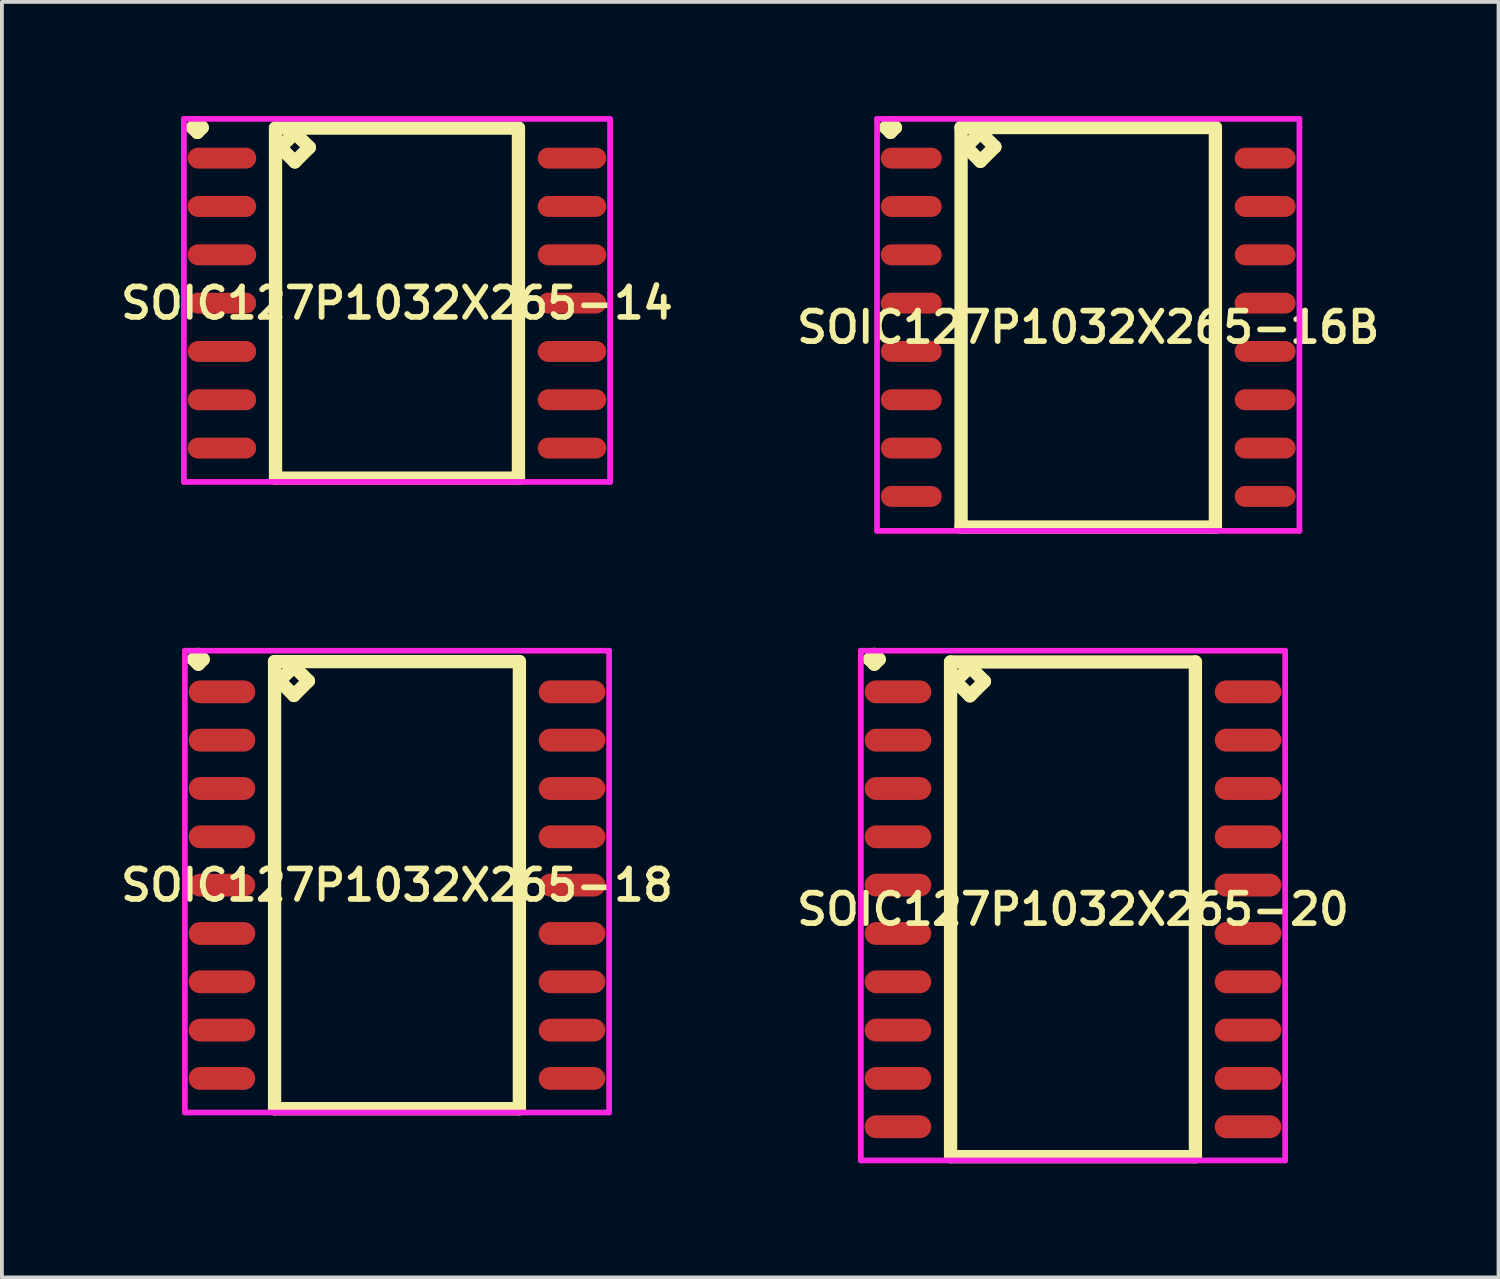
<source format=kicad_pcb>
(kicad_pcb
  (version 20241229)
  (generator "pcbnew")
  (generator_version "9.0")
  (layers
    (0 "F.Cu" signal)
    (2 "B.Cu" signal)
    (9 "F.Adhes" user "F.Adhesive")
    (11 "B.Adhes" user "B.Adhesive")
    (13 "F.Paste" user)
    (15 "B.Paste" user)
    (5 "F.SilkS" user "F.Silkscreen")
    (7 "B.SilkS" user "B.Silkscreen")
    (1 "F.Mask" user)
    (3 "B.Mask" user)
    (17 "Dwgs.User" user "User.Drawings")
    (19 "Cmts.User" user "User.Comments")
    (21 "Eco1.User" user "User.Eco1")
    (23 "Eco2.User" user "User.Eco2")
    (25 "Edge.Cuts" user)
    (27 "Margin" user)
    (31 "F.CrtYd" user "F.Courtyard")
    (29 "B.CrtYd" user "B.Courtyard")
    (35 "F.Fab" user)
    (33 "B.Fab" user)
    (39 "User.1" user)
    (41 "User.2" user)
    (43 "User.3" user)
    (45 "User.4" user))
  (footprint "SOIC127P1032X265-14"
    (layer "F.Cu")
    (at 7.383 4.916)
    (property "Reference" "SOIC127P1032X265-14" (at 0 0 0) (layer "F.SilkS") (effects (font (size 0.8 0.8) (thickness 0.15))))
    (attr smd)
    (fp_line (start -5.373 -4.614) (end -5.246 -4.741) (stroke (width 0.35) (type solid)) (layer "F.SilkS"))
    (fp_line (start -5.246 -4.741) (end -5.119 -4.614) (stroke (width 0.35) (type solid)) (layer "F.SilkS"))
    (fp_line (start -5.246 -4.487) (end -5.373 -4.614) (stroke (width 0.35) (type solid)) (layer "F.SilkS"))
    (fp_line (start -5.119 -4.614) (end -5.246 -4.487) (stroke (width 0.35) (type solid)) (layer "F.SilkS"))
    (fp_line (start -3.192 -4.6) (end -3.192 4.6) (stroke (width 0.35) (type solid)) (layer "F.SilkS"))
    (fp_line (start -3.192 4.6) (end 3.192 4.6) (stroke (width 0.35) (type solid)) (layer "F.SilkS"))
    (fp_line (start -3.065 -4.092) (end -2.684 -4.473) (stroke (width 0.35) (type solid)) (layer "F.SilkS"))
    (fp_line (start -2.684 -4.473) (end -2.303 -4.092) (stroke (width 0.35) (type solid)) (layer "F.SilkS"))
    (fp_line (start -2.684 -3.711) (end -3.065 -4.092) (stroke (width 0.35) (type solid)) (layer "F.SilkS"))
    (fp_line (start -2.303 -4.092) (end -2.684 -3.711) (stroke (width 0.35) (type solid)) (layer "F.SilkS"))
    (fp_line (start 3.192 -4.6) (end -3.192 -4.6) (stroke (width 0.35) (type solid)) (layer "F.SilkS"))
    (fp_line (start 3.192 4.6) (end 3.192 -4.6) (stroke (width 0.35) (type solid)) (layer "F.SilkS"))
    (fp_line (start -5.6 -4.841) (end 5.6 -4.841) (stroke (width 0.15) (type solid)) (layer "F.CrtYd"))
    (fp_line (start -5.6 4.7) (end -5.6 -4.841) (stroke (width 0.15) (type solid)) (layer "F.CrtYd"))
    (fp_line (start 5.6 -4.841) (end 5.6 4.7) (stroke (width 0.15) (type solid)) (layer "F.CrtYd"))
    (fp_line (start 5.6 4.7) (end -5.6 4.7) (stroke (width 0.15) (type solid)) (layer "F.CrtYd"))
    (pad "1" smd oval (at -4.6 -3.81) (size 1.8 0.55) (layers "F.Cu" "F.Mask" "F.Paste"))
    (pad "2" smd oval (at -4.6 -2.54) (size 1.8 0.55) (layers "F.Cu" "F.Mask" "F.Paste"))
    (pad "3" smd oval (at -4.6 -1.27) (size 1.8 0.55) (layers "F.Cu" "F.Mask" "F.Paste"))
    (pad "4" smd oval (at -4.6 0) (size 1.8 0.55) (layers "F.Cu" "F.Mask" "F.Paste"))
    (pad "5" smd oval (at -4.6 1.27) (size 1.8 0.55) (layers "F.Cu" "F.Mask" "F.Paste"))
    (pad "6" smd oval (at -4.6 2.54) (size 1.8 0.55) (layers "F.Cu" "F.Mask" "F.Paste"))
    (pad "7" smd oval (at -4.6 3.81) (size 1.8 0.55) (layers "F.Cu" "F.Mask" "F.Paste"))
    (pad "8" smd oval (at 4.6 3.81) (size 1.8 0.55) (layers "F.Cu" "F.Mask" "F.Paste"))
    (pad "9" smd oval (at 4.6 2.54) (size 1.8 0.55) (layers "F.Cu" "F.Mask" "F.Paste"))
    (pad "10" smd oval (at 4.6 1.27) (size 1.8 0.55) (layers "F.Cu" "F.Mask" "F.Paste"))
    (pad "11" smd oval (at 4.6 0) (size 1.8 0.55) (layers "F.Cu" "F.Mask" "F.Paste"))
    (pad "12" smd oval (at 4.6 -1.27) (size 1.8 0.55) (layers "F.Cu" "F.Mask" "F.Paste"))
    (pad "13" smd oval (at 4.6 -2.54) (size 1.8 0.55) (layers "F.Cu" "F.Mask" "F.Paste"))
    (pad "14" smd oval (at 4.6 -3.81) (size 1.8 0.55) (layers "F.Cu" "F.Mask" "F.Paste")))
  (footprint "SOIC127P1032X265-20"
    (layer "F.Cu")
    (at 25.149 20.847)
    (property "Reference" "SOIC127P1032X265-20" (at 0 0 0) (layer "F.SilkS") (effects (font (size 0.8 0.8) (thickness 0.15))))
    (attr smd)
    (fp_line (start -5.348 -6.569) (end -5.221 -6.696) (stroke (width 0.35) (type solid)) (layer "F.SilkS"))
    (fp_line (start -5.221 -6.696) (end -5.094 -6.569) (stroke (width 0.35) (type solid)) (layer "F.SilkS"))
    (fp_line (start -5.221 -6.442) (end -5.348 -6.569) (stroke (width 0.35) (type solid)) (layer "F.SilkS"))
    (fp_line (start -5.094 -6.569) (end -5.221 -6.442) (stroke (width 0.35) (type solid)) (layer "F.SilkS"))
    (fp_line (start -3.217 -6.5) (end -3.217 6.5) (stroke (width 0.35) (type solid)) (layer "F.SilkS"))
    (fp_line (start -3.217 6.5) (end 3.217 6.5) (stroke (width 0.35) (type solid)) (layer "F.SilkS"))
    (fp_line (start -3.09 -5.992) (end -2.709 -6.373) (stroke (width 0.35) (type solid)) (layer "F.SilkS"))
    (fp_line (start -2.709 -6.373) (end -2.328 -5.992) (stroke (width 0.35) (type solid)) (layer "F.SilkS"))
    (fp_line (start -2.709 -5.611) (end -3.09 -5.992) (stroke (width 0.35) (type solid)) (layer "F.SilkS"))
    (fp_line (start -2.328 -5.992) (end -2.709 -5.611) (stroke (width 0.35) (type solid)) (layer "F.SilkS"))
    (fp_line (start 3.217 -6.5) (end -3.217 -6.5) (stroke (width 0.35) (type solid)) (layer "F.SilkS"))
    (fp_line (start 3.217 6.5) (end 3.217 -6.5) (stroke (width 0.35) (type solid)) (layer "F.SilkS"))
    (fp_line (start -5.575 -6.796) (end 5.575 -6.796) (stroke (width 0.15) (type solid)) (layer "F.CrtYd"))
    (fp_line (start -5.575 6.6) (end -5.575 -6.796) (stroke (width 0.15) (type solid)) (layer "F.CrtYd"))
    (fp_line (start 5.575 -6.796) (end 5.575 6.6) (stroke (width 0.15) (type solid)) (layer "F.CrtYd"))
    (fp_line (start 5.575 6.6) (end -5.575 6.6) (stroke (width 0.15) (type solid)) (layer "F.CrtYd"))
    (pad "1" smd oval (at -4.6 -5.715) (size 1.75 0.6) (layers "F.Cu" "F.Mask" "F.Paste"))
    (pad "2" smd oval (at -4.6 -4.445) (size 1.75 0.6) (layers "F.Cu" "F.Mask" "F.Paste"))
    (pad "3" smd oval (at -4.6 -3.175) (size 1.75 0.6) (layers "F.Cu" "F.Mask" "F.Paste"))
    (pad "4" smd oval (at -4.6 -1.905) (size 1.75 0.6) (layers "F.Cu" "F.Mask" "F.Paste"))
    (pad "5" smd oval (at -4.6 -0.635) (size 1.75 0.6) (layers "F.Cu" "F.Mask" "F.Paste"))
    (pad "6" smd oval (at -4.6 0.635) (size 1.75 0.6) (layers "F.Cu" "F.Mask" "F.Paste"))
    (pad "7" smd oval (at -4.6 1.905) (size 1.75 0.6) (layers "F.Cu" "F.Mask" "F.Paste"))
    (pad "8" smd oval (at -4.6 3.175) (size 1.75 0.6) (layers "F.Cu" "F.Mask" "F.Paste"))
    (pad "9" smd oval (at -4.6 4.445) (size 1.75 0.6) (layers "F.Cu" "F.Mask" "F.Paste"))
    (pad "10" smd oval (at -4.6 5.715) (size 1.75 0.6) (layers "F.Cu" "F.Mask" "F.Paste"))
    (pad "11" smd oval (at 4.6 5.715) (size 1.75 0.6) (layers "F.Cu" "F.Mask" "F.Paste"))
    (pad "12" smd oval (at 4.6 4.445) (size 1.75 0.6) (layers "F.Cu" "F.Mask" "F.Paste"))
    (pad "13" smd oval (at 4.6 3.175) (size 1.75 0.6) (layers "F.Cu" "F.Mask" "F.Paste"))
    (pad "14" smd oval (at 4.6 1.905) (size 1.75 0.6) (layers "F.Cu" "F.Mask" "F.Paste"))
    (pad "15" smd oval (at 4.6 0.635) (size 1.75 0.6) (layers "F.Cu" "F.Mask" "F.Paste"))
    (pad "16" smd oval (at 4.6 -0.635) (size 1.75 0.6) (layers "F.Cu" "F.Mask" "F.Paste"))
    (pad "17" smd oval (at 4.6 -1.905) (size 1.75 0.6) (layers "F.Cu" "F.Mask" "F.Paste"))
    (pad "18" smd oval (at 4.6 -3.175) (size 1.75 0.6) (layers "F.Cu" "F.Mask" "F.Paste"))
    (pad "19" smd oval (at 4.6 -4.445) (size 1.75 0.6) (layers "F.Cu" "F.Mask" "F.Paste"))
    (pad "20" smd oval (at 4.6 -5.715) (size 1.75 0.6) (layers "F.Cu" "F.Mask" "F.Paste")))
  (footprint "SOIC127P1032X265-18"
    (layer "F.Cu")
    (at 7.383 20.212)
    (property "Reference" "SOIC127P1032X265-18" (at 0 0 0) (layer "F.SilkS") (effects (font (size 0.8 0.8) (thickness 0.15))))
    (attr smd)
    (fp_line (start -5.348 -5.934) (end -5.221 -6.061) (stroke (width 0.35) (type solid)) (layer "F.SilkS"))
    (fp_line (start -5.221 -6.061) (end -5.094 -5.934) (stroke (width 0.35) (type solid)) (layer "F.SilkS"))
    (fp_line (start -5.221 -5.807) (end -5.348 -5.934) (stroke (width 0.35) (type solid)) (layer "F.SilkS"))
    (fp_line (start -5.094 -5.934) (end -5.221 -5.807) (stroke (width 0.35) (type solid)) (layer "F.SilkS"))
    (fp_line (start -3.217 -5.875) (end -3.217 5.875) (stroke (width 0.35) (type solid)) (layer "F.SilkS"))
    (fp_line (start -3.217 5.875) (end 3.217 5.875) (stroke (width 0.35) (type solid)) (layer "F.SilkS"))
    (fp_line (start -3.09 -5.367) (end -2.709 -5.748) (stroke (width 0.35) (type solid)) (layer "F.SilkS"))
    (fp_line (start -2.709 -5.748) (end -2.328 -5.367) (stroke (width 0.35) (type solid)) (layer "F.SilkS"))
    (fp_line (start -2.709 -4.986) (end -3.09 -5.367) (stroke (width 0.35) (type solid)) (layer "F.SilkS"))
    (fp_line (start -2.328 -5.367) (end -2.709 -4.986) (stroke (width 0.35) (type solid)) (layer "F.SilkS"))
    (fp_line (start 3.217 -5.875) (end -3.217 -5.875) (stroke (width 0.35) (type solid)) (layer "F.SilkS"))
    (fp_line (start 3.217 5.875) (end 3.217 -5.875) (stroke (width 0.35) (type solid)) (layer "F.SilkS"))
    (fp_line (start -5.575 -6.161) (end 5.575 -6.161) (stroke (width 0.15) (type solid)) (layer "F.CrtYd"))
    (fp_line (start -5.575 5.975) (end -5.575 -6.161) (stroke (width 0.15) (type solid)) (layer "F.CrtYd"))
    (fp_line (start 5.575 -6.161) (end 5.575 5.975) (stroke (width 0.15) (type solid)) (layer "F.CrtYd"))
    (fp_line (start 5.575 5.975) (end -5.575 5.975) (stroke (width 0.15) (type solid)) (layer "F.CrtYd"))
    (pad "1" smd oval (at -4.6 -5.08) (size 1.75 0.6) (layers "F.Cu" "F.Mask" "F.Paste"))
    (pad "2" smd oval (at -4.6 -3.81) (size 1.75 0.6) (layers "F.Cu" "F.Mask" "F.Paste"))
    (pad "3" smd oval (at -4.6 -2.54) (size 1.75 0.6) (layers "F.Cu" "F.Mask" "F.Paste"))
    (pad "4" smd oval (at -4.6 -1.27) (size 1.75 0.6) (layers "F.Cu" "F.Mask" "F.Paste"))
    (pad "5" smd oval (at -4.6 0) (size 1.75 0.6) (layers "F.Cu" "F.Mask" "F.Paste"))
    (pad "6" smd oval (at -4.6 1.27) (size 1.75 0.6) (layers "F.Cu" "F.Mask" "F.Paste"))
    (pad "7" smd oval (at -4.6 2.54) (size 1.75 0.6) (layers "F.Cu" "F.Mask" "F.Paste"))
    (pad "8" smd oval (at -4.6 3.81) (size 1.75 0.6) (layers "F.Cu" "F.Mask" "F.Paste"))
    (pad "9" smd oval (at -4.6 5.08) (size 1.75 0.6) (layers "F.Cu" "F.Mask" "F.Paste"))
    (pad "10" smd oval (at 4.6 5.08) (size 1.75 0.6) (layers "F.Cu" "F.Mask" "F.Paste"))
    (pad "11" smd oval (at 4.6 3.81) (size 1.75 0.6) (layers "F.Cu" "F.Mask" "F.Paste"))
    (pad "12" smd oval (at 4.6 2.54) (size 1.75 0.6) (layers "F.Cu" "F.Mask" "F.Paste"))
    (pad "13" smd oval (at 4.6 1.27) (size 1.75 0.6) (layers "F.Cu" "F.Mask" "F.Paste"))
    (pad "14" smd oval (at 4.6 0) (size 1.75 0.6) (layers "F.Cu" "F.Mask" "F.Paste"))
    (pad "15" smd oval (at 4.6 -1.27) (size 1.75 0.6) (layers "F.Cu" "F.Mask" "F.Paste"))
    (pad "16" smd oval (at 4.6 -2.54) (size 1.75 0.6) (layers "F.Cu" "F.Mask" "F.Paste"))
    (pad "17" smd oval (at 4.6 -3.81) (size 1.75 0.6) (layers "F.Cu" "F.Mask" "F.Paste"))
    (pad "18" smd oval (at 4.6 -5.08) (size 1.75 0.6) (layers "F.Cu" "F.Mask" "F.Paste")))
  (footprint "SOIC127P1032X265-16B"
    (layer "F.Cu")
    (at 25.549 5.551)
    (property "Reference" "SOIC127P1032X265-16B" (at 0 0 0) (layer "F.SilkS") (effects (font (size 0.8 0.8) (thickness 0.15))))
    (attr smd)
    (fp_line (start -5.323 -5.249) (end -5.196 -5.376) (stroke (width 0.35) (type solid)) (layer "F.SilkS"))
    (fp_line (start -5.196 -5.376) (end -5.069 -5.249) (stroke (width 0.35) (type solid)) (layer "F.SilkS"))
    (fp_line (start -5.196 -5.122) (end -5.323 -5.249) (stroke (width 0.35) (type solid)) (layer "F.SilkS"))
    (fp_line (start -5.069 -5.249) (end -5.196 -5.122) (stroke (width 0.35) (type solid)) (layer "F.SilkS"))
    (fp_line (start -3.342 -5.25) (end -3.342 5.25) (stroke (width 0.35) (type solid)) (layer "F.SilkS"))
    (fp_line (start -3.342 5.25) (end 3.342 5.25) (stroke (width 0.35) (type solid)) (layer "F.SilkS"))
    (fp_line (start -3.215 -4.742) (end -2.834 -5.123) (stroke (width 0.35) (type solid)) (layer "F.SilkS"))
    (fp_line (start -2.834 -5.123) (end -2.453 -4.742) (stroke (width 0.35) (type solid)) (layer "F.SilkS"))
    (fp_line (start -2.834 -4.361) (end -3.215 -4.742) (stroke (width 0.35) (type solid)) (layer "F.SilkS"))
    (fp_line (start -2.453 -4.742) (end -2.834 -4.361) (stroke (width 0.35) (type solid)) (layer "F.SilkS"))
    (fp_line (start 3.342 -5.25) (end -3.342 -5.25) (stroke (width 0.35) (type solid)) (layer "F.SilkS"))
    (fp_line (start 3.342 5.25) (end 3.342 -5.25) (stroke (width 0.35) (type solid)) (layer "F.SilkS"))
    (fp_line (start -5.55 -5.476) (end 5.55 -5.476) (stroke (width 0.15) (type solid)) (layer "F.CrtYd"))
    (fp_line (start -5.55 5.35) (end -5.55 -5.476) (stroke (width 0.15) (type solid)) (layer "F.CrtYd"))
    (fp_line (start 5.55 -5.476) (end 5.55 5.35) (stroke (width 0.15) (type solid)) (layer "F.CrtYd"))
    (fp_line (start 5.55 5.35) (end -5.55 5.35) (stroke (width 0.15) (type solid)) (layer "F.CrtYd"))
    (pad "1" smd oval (at -4.65 -4.445) (size 1.6 0.55) (layers "F.Cu" "F.Mask" "F.Paste"))
    (pad "2" smd oval (at -4.65 -3.175) (size 1.6 0.55) (layers "F.Cu" "F.Mask" "F.Paste"))
    (pad "3" smd oval (at -4.65 -1.905) (size 1.6 0.55) (layers "F.Cu" "F.Mask" "F.Paste"))
    (pad "4" smd oval (at -4.65 -0.635) (size 1.6 0.55) (layers "F.Cu" "F.Mask" "F.Paste"))
    (pad "5" smd oval (at -4.65 0.635) (size 1.6 0.55) (layers "F.Cu" "F.Mask" "F.Paste"))
    (pad "6" smd oval (at -4.65 1.905) (size 1.6 0.55) (layers "F.Cu" "F.Mask" "F.Paste"))
    (pad "7" smd oval (at -4.65 3.175) (size 1.6 0.55) (layers "F.Cu" "F.Mask" "F.Paste"))
    (pad "8" smd oval (at -4.65 4.445) (size 1.6 0.55) (layers "F.Cu" "F.Mask" "F.Paste"))
    (pad "9" smd oval (at 4.65 4.445) (size 1.6 0.55) (layers "F.Cu" "F.Mask" "F.Paste"))
    (pad "10" smd oval (at 4.65 3.175) (size 1.6 0.55) (layers "F.Cu" "F.Mask" "F.Paste"))
    (pad "11" smd oval (at 4.65 1.905) (size 1.6 0.55) (layers "F.Cu" "F.Mask" "F.Paste"))
    (pad "12" smd oval (at 4.65 0.635) (size 1.6 0.55) (layers "F.Cu" "F.Mask" "F.Paste"))
    (pad "13" smd oval (at 4.65 -0.635) (size 1.6 0.55) (layers "F.Cu" "F.Mask" "F.Paste"))
    (pad "14" smd oval (at 4.65 -1.905) (size 1.6 0.55) (layers "F.Cu" "F.Mask" "F.Paste"))
    (pad "15" smd oval (at 4.65 -3.175) (size 1.6 0.55) (layers "F.Cu" "F.Mask" "F.Paste"))
    (pad "16" smd oval (at 4.65 -4.445) (size 1.6 0.55) (layers "F.Cu" "F.Mask" "F.Paste")))
  (gr_rect
    (start -3 -3)
    (end 36.332 30.522)
    (stroke (width 0.1) (type default))
    (fill no)
    (layer "Edge.Cuts")))
</source>
